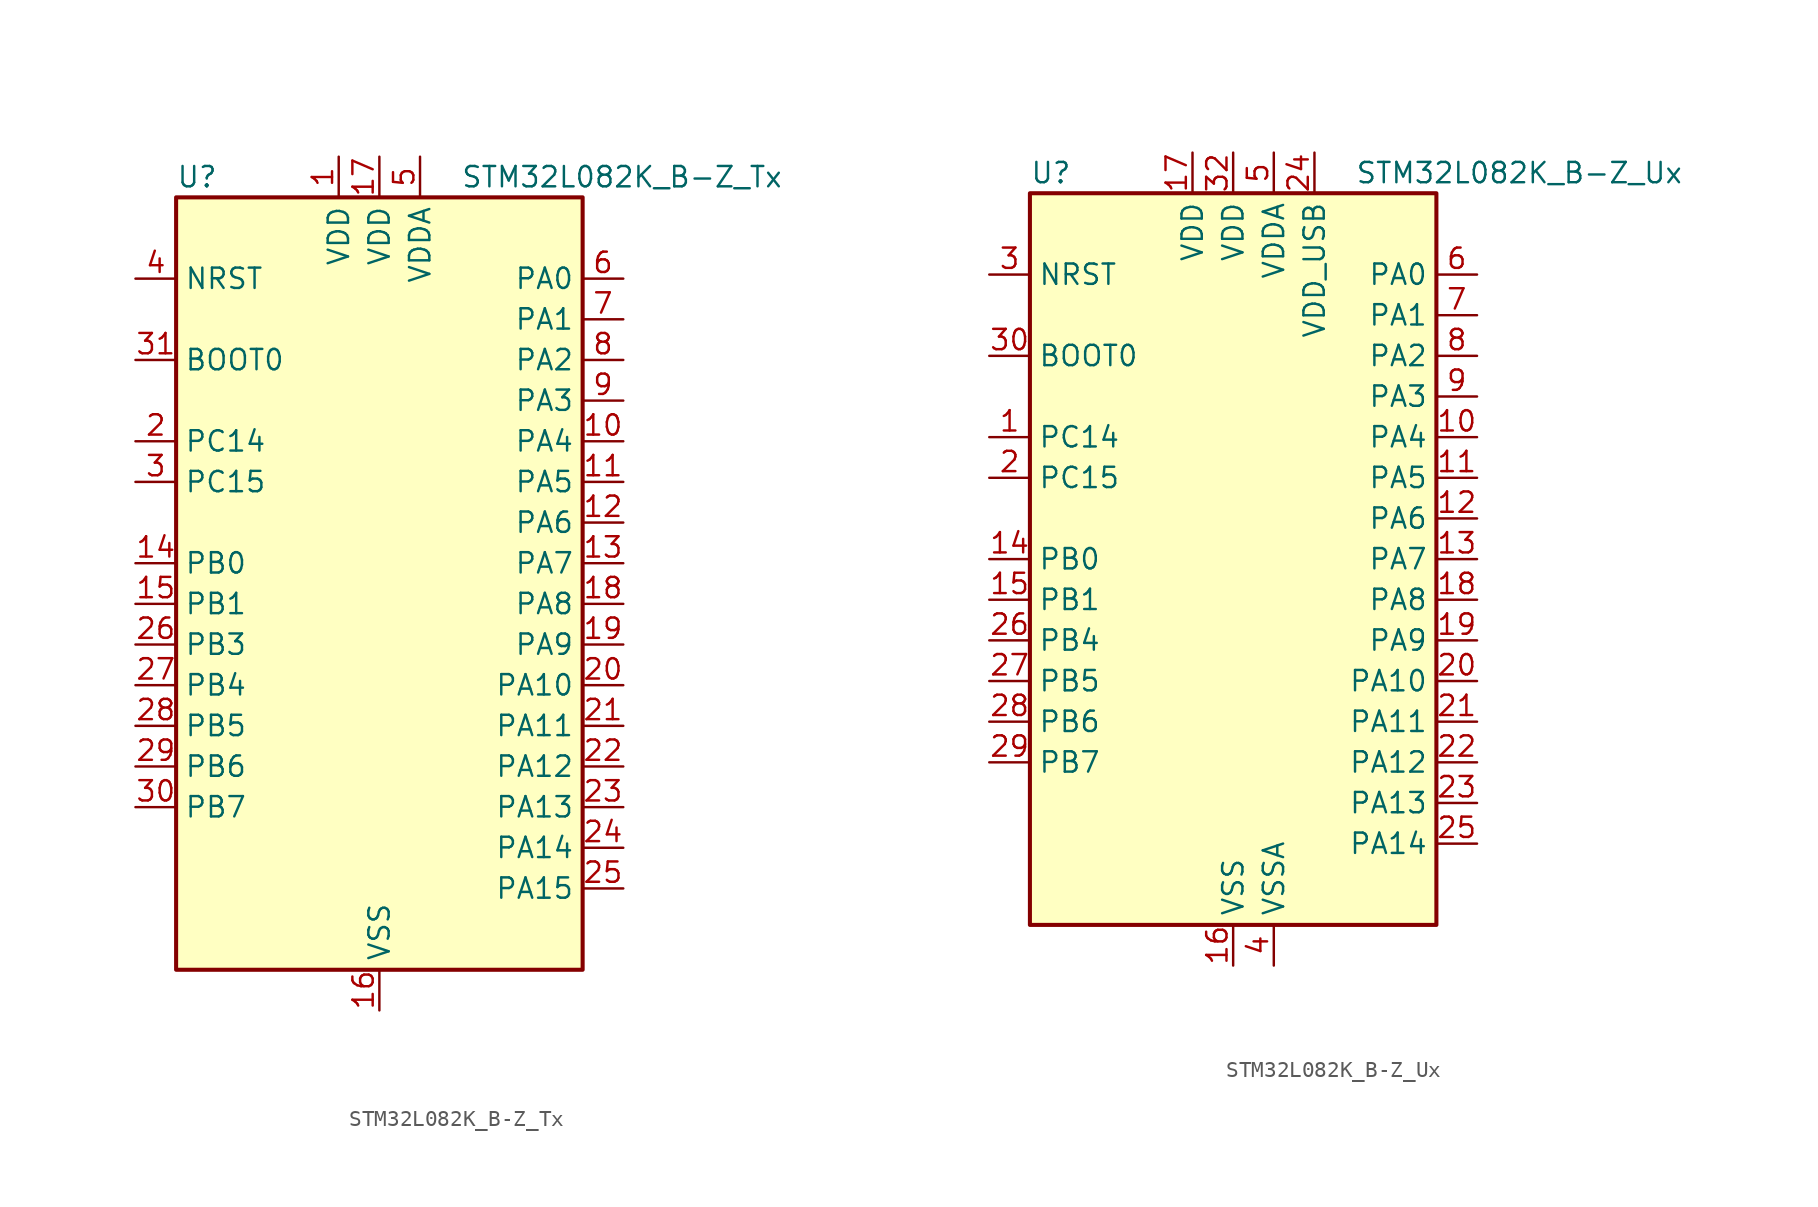
<source format=kicad_sym>
(kicad_symbol_lib
  (version 20241209)
  (generator "kicad_symbol_editor")
  (generator_version "9.0")
  (symbol "STM32L082K_B-Z_Tx"
    (property "Reference" "U"
      (at -12.7 26.67 0)
      (effects (font (size 1.27 1.27)) (justify left)))
    (property "Value" "STM32L082K_B-Z_Tx"
      (at 5.08 26.67 0)
      (effects (font (size 1.27 1.27)) (justify left)))
    (symbol "STM32L082K_B-Z_Tx_0_1"
      (rectangle (start -12.7 -22.86) (end 12.7 25.4) (stroke (width 0.254) (type default)) (fill (type background))))
    (symbol "STM32L082K_B-Z_Tx_1_1"
      (pin input line (at -15.24 20.32 0) (length 2.54) (name "NRST" (effects (font (size 1.27 1.27)))) (number "4" (effects (font (size 1.27 1.27)))))
      (pin input line (at -15.24 15.24 0) (length 2.54) (name "BOOT0" (effects (font (size 1.27 1.27)))) (number "31" (effects (font (size 1.27 1.27)))))
      (pin bidirectional line (at -15.24 10.16 0) (length 2.54) (name "PC14" (effects (font (size 1.27 1.27)))) (number "2" (effects (font (size 1.27 1.27)))) (alternate "RCC_OSC32_IN" bidirectional line))
      (pin bidirectional line (at -15.24 7.62 0) (length 2.54) (name "PC15" (effects (font (size 1.27 1.27)))) (number "3" (effects (font (size 1.27 1.27)))) (alternate "RCC_OSC32_OUT" bidirectional line))
      (pin bidirectional line (at -15.24 2.54 0) (length 2.54) (name "PB0" (effects (font (size 1.27 1.27)))) (number "14" (effects (font (size 1.27 1.27)))) (alternate "ADC_IN8" bidirectional line) (alternate "SYS_VREF_OUT_PB0" bidirectional line) (alternate "TIM3_CH3" bidirectional line) (alternate "TSC_G3_IO2" bidirectional line))
      (pin bidirectional line (at -15.24 0 0) (length 2.54) (name "PB1" (effects (font (size 1.27 1.27)))) (number "15" (effects (font (size 1.27 1.27)))) (alternate "ADC_IN9" bidirectional line) (alternate "LPUART1_DE" bidirectional line) (alternate "LPUART1_RTS" bidirectional line) (alternate "SYS_VREF_OUT_PB1" bidirectional line) (alternate "TIM3_CH4" bidirectional line) (alternate "TSC_G3_IO3" bidirectional line))
      (pin bidirectional line (at -15.24 -2.54 0) (length 2.54) (name "PB3" (effects (font (size 1.27 1.27)))) (number "26" (effects (font (size 1.27 1.27)))) (alternate "COMP2_INM" bidirectional line) (alternate "SPI1_SCK" bidirectional line) (alternate "TIM2_CH2" bidirectional line) (alternate "TSC_G5_IO1" bidirectional line) (alternate "USART1_DE" bidirectional line) (alternate "USART1_RTS" bidirectional line) (alternate "USART5_TX" bidirectional line))
      (pin bidirectional line (at -15.24 -5.08 0) (length 2.54) (name "PB4" (effects (font (size 1.27 1.27)))) (number "27" (effects (font (size 1.27 1.27)))) (alternate "COMP2_INP" bidirectional line) (alternate "I2C3_SDA" bidirectional line) (alternate "SPI1_MISO" bidirectional line) (alternate "TIM22_CH1" bidirectional line) (alternate "TIM3_CH1" bidirectional line) (alternate "TSC_G5_IO2" bidirectional line) (alternate "USART1_CTS" bidirectional line) (alternate "USART5_RX" bidirectional line))
      (pin bidirectional line (at -15.24 -7.62 0) (length 2.54) (name "PB5" (effects (font (size 1.27 1.27)))) (number "28" (effects (font (size 1.27 1.27)))) (alternate "COMP2_INP" bidirectional line) (alternate "I2C1_SMBA" bidirectional line) (alternate "LPTIM1_IN1" bidirectional line) (alternate "SPI1_MOSI" bidirectional line) (alternate "TIM22_CH2" bidirectional line) (alternate "TIM3_CH2" bidirectional line) (alternate "USART1_CK" bidirectional line) (alternate "USART5_CK" bidirectional line) (alternate "USART5_DE" bidirectional line) (alternate "USART5_RTS" bidirectional line))
      (pin bidirectional line (at -15.24 -10.16 0) (length 2.54) (name "PB6" (effects (font (size 1.27 1.27)))) (number "29" (effects (font (size 1.27 1.27)))) (alternate "COMP2_INP" bidirectional line) (alternate "I2C1_SCL" bidirectional line) (alternate "LPTIM1_ETR" bidirectional line) (alternate "TSC_G5_IO3" bidirectional line) (alternate "USART1_TX" bidirectional line))
      (pin bidirectional line (at -15.24 -12.7 0) (length 2.54) (name "PB7" (effects (font (size 1.27 1.27)))) (number "30" (effects (font (size 1.27 1.27)))) (alternate "COMP2_INP" bidirectional line) (alternate "I2C1_SDA" bidirectional line) (alternate "LPTIM1_IN2" bidirectional line) (alternate "SYS_PVD_IN" bidirectional line) (alternate "TSC_G5_IO4" bidirectional line) (alternate "USART1_RX" bidirectional line) (alternate "USART4_CTS" bidirectional line))
      (pin power_in line (at -2.54 27.94 270) (length 2.54) (name "VDD" (effects (font (size 1.27 1.27)))) (number "1" (effects (font (size 1.27 1.27)))))
      (pin power_in line (at 0 27.94 270) (length 2.54) (name "VDD" (effects (font (size 1.27 1.27)))) (number "17" (effects (font (size 1.27 1.27)))))
      (pin power_in line (at 0 -25.4 90) (length 2.54) (name "VSS" (effects (font (size 1.27 1.27)))) (number "16" (effects (font (size 1.27 1.27)))))
      (pin passive line (at 0 -25.4 90) (length 2.54) (hide yes) (name "VSS" (effects (font (size 1.27 1.27)))) (number "32" (effects (font (size 1.27 1.27)))))
      (pin power_in line (at 2.54 27.94 270) (length 2.54) (name "VDDA" (effects (font (size 1.27 1.27)))) (number "5" (effects (font (size 1.27 1.27)))))
      (pin bidirectional line (at 15.24 20.32 180) (length 2.54) (name "PA0" (effects (font (size 1.27 1.27)))) (number "6" (effects (font (size 1.27 1.27)))) (alternate "ADC_IN0" bidirectional line) (alternate "COMP1_INM" bidirectional line) (alternate "COMP1_OUT" bidirectional line) (alternate "RTC_TAMP2" bidirectional line) (alternate "SYS_WKUP1" bidirectional line) (alternate "TIM2_CH1" bidirectional line) (alternate "TIM2_ETR" bidirectional line) (alternate "TSC_G1_IO1" bidirectional line) (alternate "USART2_CTS" bidirectional line) (alternate "USART4_TX" bidirectional line))
      (pin bidirectional line (at 15.24 17.78 180) (length 2.54) (name "PA1" (effects (font (size 1.27 1.27)))) (number "7" (effects (font (size 1.27 1.27)))) (alternate "ADC_IN1" bidirectional line) (alternate "COMP1_INP" bidirectional line) (alternate "TIM21_ETR" bidirectional line) (alternate "TIM2_CH2" bidirectional line) (alternate "TSC_G1_IO2" bidirectional line) (alternate "USART2_DE" bidirectional line) (alternate "USART2_RTS" bidirectional line) (alternate "USART4_RX" bidirectional line))
      (pin bidirectional line (at 15.24 15.24 180) (length 2.54) (name "PA2" (effects (font (size 1.27 1.27)))) (number "8" (effects (font (size 1.27 1.27)))) (alternate "ADC_IN2" bidirectional line) (alternate "COMP2_INM" bidirectional line) (alternate "COMP2_OUT" bidirectional line) (alternate "LPUART1_TX" bidirectional line) (alternate "TIM21_CH1" bidirectional line) (alternate "TIM2_CH3" bidirectional line) (alternate "TSC_G1_IO3" bidirectional line) (alternate "USART2_TX" bidirectional line))
      (pin bidirectional line (at 15.24 12.7 180) (length 2.54) (name "PA3" (effects (font (size 1.27 1.27)))) (number "9" (effects (font (size 1.27 1.27)))) (alternate "ADC_IN3" bidirectional line) (alternate "COMP2_INP" bidirectional line) (alternate "LPUART1_RX" bidirectional line) (alternate "TIM21_CH2" bidirectional line) (alternate "TIM2_CH4" bidirectional line) (alternate "TSC_G1_IO4" bidirectional line) (alternate "USART2_RX" bidirectional line))
      (pin bidirectional line (at 15.24 10.16 180) (length 2.54) (name "PA4" (effects (font (size 1.27 1.27)))) (number "10" (effects (font (size 1.27 1.27)))) (alternate "ADC_IN4" bidirectional line) (alternate "COMP1_INM" bidirectional line) (alternate "COMP2_INM" bidirectional line) (alternate "DAC_OUT1" bidirectional line) (alternate "SPI1_NSS" bidirectional line) (alternate "TIM22_ETR" bidirectional line) (alternate "TSC_G2_IO1" bidirectional line) (alternate "USART2_CK" bidirectional line))
      (pin bidirectional line (at 15.24 7.62 180) (length 2.54) (name "PA5" (effects (font (size 1.27 1.27)))) (number "11" (effects (font (size 1.27 1.27)))) (alternate "ADC_IN5" bidirectional line) (alternate "COMP1_INM" bidirectional line) (alternate "COMP2_INM" bidirectional line) (alternate "DAC_OUT2" bidirectional line) (alternate "SPI1_SCK" bidirectional line) (alternate "TIM2_CH1" bidirectional line) (alternate "TIM2_ETR" bidirectional line) (alternate "TSC_G2_IO2" bidirectional line))
      (pin bidirectional line (at 15.24 5.08 180) (length 2.54) (name "PA6" (effects (font (size 1.27 1.27)))) (number "12" (effects (font (size 1.27 1.27)))) (alternate "ADC_IN6" bidirectional line) (alternate "COMP1_OUT" bidirectional line) (alternate "LPUART1_CTS" bidirectional line) (alternate "SPI1_MISO" bidirectional line) (alternate "TIM22_CH1" bidirectional line) (alternate "TIM3_CH1" bidirectional line) (alternate "TSC_G2_IO3" bidirectional line))
      (pin bidirectional line (at 15.24 2.54 180) (length 2.54) (name "PA7" (effects (font (size 1.27 1.27)))) (number "13" (effects (font (size 1.27 1.27)))) (alternate "ADC_IN7" bidirectional line) (alternate "COMP2_OUT" bidirectional line) (alternate "SPI1_MOSI" bidirectional line) (alternate "TIM22_CH2" bidirectional line) (alternate "TIM3_CH2" bidirectional line) (alternate "TSC_G2_IO4" bidirectional line))
      (pin bidirectional line (at 15.24 0 180) (length 2.54) (name "PA8" (effects (font (size 1.27 1.27)))) (number "18" (effects (font (size 1.27 1.27)))) (alternate "CRS_SYNC" bidirectional line) (alternate "I2C3_SCL" bidirectional line) (alternate "RCC_MCO" bidirectional line) (alternate "USART1_CK" bidirectional line))
      (pin bidirectional line (at 15.24 -2.54 180) (length 2.54) (name "PA9" (effects (font (size 1.27 1.27)))) (number "19" (effects (font (size 1.27 1.27)))) (alternate "DAC_EXTI9" bidirectional line) (alternate "I2C1_SCL" bidirectional line) (alternate "I2C3_SMBA" bidirectional line) (alternate "RCC_MCO" bidirectional line) (alternate "TSC_G4_IO1" bidirectional line) (alternate "USART1_TX" bidirectional line))
      (pin bidirectional line (at 15.24 -5.08 180) (length 2.54) (name "PA10" (effects (font (size 1.27 1.27)))) (number "20" (effects (font (size 1.27 1.27)))) (alternate "I2C1_SDA" bidirectional line) (alternate "TSC_G4_IO2" bidirectional line) (alternate "USART1_RX" bidirectional line))
      (pin bidirectional line (at 15.24 -7.62 180) (length 2.54) (name "PA11" (effects (font (size 1.27 1.27)))) (number "21" (effects (font (size 1.27 1.27)))) (alternate "ADC_EXTI11" bidirectional line) (alternate "COMP1_OUT" bidirectional line) (alternate "SPI1_MISO" bidirectional line) (alternate "TSC_G4_IO3" bidirectional line) (alternate "USART1_CTS" bidirectional line) (alternate "USB_DM" bidirectional line))
      (pin bidirectional line (at 15.24 -10.16 180) (length 2.54) (name "PA12" (effects (font (size 1.27 1.27)))) (number "22" (effects (font (size 1.27 1.27)))) (alternate "COMP2_OUT" bidirectional line) (alternate "SPI1_MOSI" bidirectional line) (alternate "TSC_G4_IO4" bidirectional line) (alternate "USART1_DE" bidirectional line) (alternate "USART1_RTS" bidirectional line) (alternate "USB_DP" bidirectional line))
      (pin bidirectional line (at 15.24 -12.7 180) (length 2.54) (name "PA13" (effects (font (size 1.27 1.27)))) (number "23" (effects (font (size 1.27 1.27)))) (alternate "LPUART1_RX" bidirectional line) (alternate "SYS_SWDIO" bidirectional line) (alternate "USB_NOE" bidirectional line))
      (pin bidirectional line (at 15.24 -15.24 180) (length 2.54) (name "PA14" (effects (font (size 1.27 1.27)))) (number "24" (effects (font (size 1.27 1.27)))) (alternate "LPUART1_TX" bidirectional line) (alternate "SYS_SWCLK" bidirectional line) (alternate "USART2_TX" bidirectional line))
      (pin bidirectional line (at 15.24 -17.78 180) (length 2.54) (name "PA15" (effects (font (size 1.27 1.27)))) (number "25" (effects (font (size 1.27 1.27)))) (alternate "SPI1_NSS" bidirectional line) (alternate "TIM2_CH1" bidirectional line) (alternate "TIM2_ETR" bidirectional line) (alternate "USART2_RX" bidirectional line) (alternate "USART4_DE" bidirectional line) (alternate "USART4_RTS" bidirectional line))))
  (symbol "STM32L082K_B-Z_Ux"
    (property "Reference" "U"
      (at -12.7 24.13 0)
      (effects (font (size 1.27 1.27)) (justify left)))
    (property "Value" "STM32L082K_B-Z_Ux"
      (at 7.62 24.13 0)
      (effects (font (size 1.27 1.27)) (justify left)))
    (symbol "STM32L082K_B-Z_Ux_0_1"
      (rectangle (start -12.7 -22.86) (end 12.7 22.86) (stroke (width 0.254) (type default)) (fill (type background))))
    (symbol "STM32L082K_B-Z_Ux_1_1"
      (pin input line (at -15.24 17.78 0) (length 2.54) (name "NRST" (effects (font (size 1.27 1.27)))) (number "3" (effects (font (size 1.27 1.27)))))
      (pin input line (at -15.24 12.7 0) (length 2.54) (name "BOOT0" (effects (font (size 1.27 1.27)))) (number "30" (effects (font (size 1.27 1.27)))))
      (pin bidirectional line (at -15.24 7.62 0) (length 2.54) (name "PC14" (effects (font (size 1.27 1.27)))) (number "1" (effects (font (size 1.27 1.27)))) (alternate "RCC_OSC32_IN" bidirectional line))
      (pin bidirectional line (at -15.24 5.08 0) (length 2.54) (name "PC15" (effects (font (size 1.27 1.27)))) (number "2" (effects (font (size 1.27 1.27)))) (alternate "RCC_OSC32_OUT" bidirectional line))
      (pin bidirectional line (at -15.24 0 0) (length 2.54) (name "PB0" (effects (font (size 1.27 1.27)))) (number "14" (effects (font (size 1.27 1.27)))) (alternate "ADC_IN8" bidirectional line) (alternate "SYS_VREF_OUT_PB0" bidirectional line) (alternate "TIM3_CH3" bidirectional line) (alternate "TSC_G3_IO2" bidirectional line))
      (pin bidirectional line (at -15.24 -2.54 0) (length 2.54) (name "PB1" (effects (font (size 1.27 1.27)))) (number "15" (effects (font (size 1.27 1.27)))) (alternate "ADC_IN9" bidirectional line) (alternate "LPUART1_DE" bidirectional line) (alternate "LPUART1_RTS" bidirectional line) (alternate "SYS_VREF_OUT_PB1" bidirectional line) (alternate "TIM3_CH4" bidirectional line) (alternate "TSC_G3_IO3" bidirectional line))
      (pin bidirectional line (at -15.24 -5.08 0) (length 2.54) (name "PB4" (effects (font (size 1.27 1.27)))) (number "26" (effects (font (size 1.27 1.27)))) (alternate "COMP2_INP" bidirectional line) (alternate "I2C3_SDA" bidirectional line) (alternate "SPI1_MISO" bidirectional line) (alternate "TIM22_CH1" bidirectional line) (alternate "TIM3_CH1" bidirectional line) (alternate "TSC_G5_IO2" bidirectional line) (alternate "USART1_CTS" bidirectional line))
      (pin bidirectional line (at -15.24 -7.62 0) (length 2.54) (name "PB5" (effects (font (size 1.27 1.27)))) (number "27" (effects (font (size 1.27 1.27)))) (alternate "COMP2_INP" bidirectional line) (alternate "I2C1_SMBA" bidirectional line) (alternate "LPTIM1_IN1" bidirectional line) (alternate "SPI1_MOSI" bidirectional line) (alternate "TIM22_CH2" bidirectional line) (alternate "TIM3_CH2" bidirectional line) (alternate "USART1_CK" bidirectional line))
      (pin bidirectional line (at -15.24 -10.16 0) (length 2.54) (name "PB6" (effects (font (size 1.27 1.27)))) (number "28" (effects (font (size 1.27 1.27)))) (alternate "COMP2_INP" bidirectional line) (alternate "I2C1_SCL" bidirectional line) (alternate "LPTIM1_ETR" bidirectional line) (alternate "TSC_G5_IO3" bidirectional line) (alternate "USART1_TX" bidirectional line))
      (pin bidirectional line (at -15.24 -12.7 0) (length 2.54) (name "PB7" (effects (font (size 1.27 1.27)))) (number "29" (effects (font (size 1.27 1.27)))) (alternate "COMP2_INP" bidirectional line) (alternate "I2C1_SDA" bidirectional line) (alternate "LPTIM1_IN2" bidirectional line) (alternate "SYS_PVD_IN" bidirectional line) (alternate "TSC_G5_IO4" bidirectional line) (alternate "USART1_RX" bidirectional line) (alternate "USART4_CTS" bidirectional line))
      (pin power_in line (at -2.54 25.4 270) (length 2.54) (name "VDD" (effects (font (size 1.27 1.27)))) (number "17" (effects (font (size 1.27 1.27)))))
      (pin power_in line (at 0 25.4 270) (length 2.54) (name "VDD" (effects (font (size 1.27 1.27)))) (number "32" (effects (font (size 1.27 1.27)))))
      (pin power_in line (at 0 -25.4 90) (length 2.54) (name "VSS" (effects (font (size 1.27 1.27)))) (number "16" (effects (font (size 1.27 1.27)))))
      (pin passive line (at 0 -25.4 90) (length 2.54) (hide yes) (name "VSS" (effects (font (size 1.27 1.27)))) (number "31" (effects (font (size 1.27 1.27)))))
      (pin passive line (at 0 -25.4 90) (length 2.54) (hide yes) (name "VSS" (effects (font (size 1.27 1.27)))) (number "33" (effects (font (size 1.27 1.27)))))
      (pin power_in line (at 2.54 25.4 270) (length 2.54) (name "VDDA" (effects (font (size 1.27 1.27)))) (number "5" (effects (font (size 1.27 1.27)))))
      (pin power_in line (at 2.54 -25.4 90) (length 2.54) (name "VSSA" (effects (font (size 1.27 1.27)))) (number "4" (effects (font (size 1.27 1.27)))))
      (pin power_in line (at 5.08 25.4 270) (length 2.54) (name "VDD_USB" (effects (font (size 1.27 1.27)))) (number "24" (effects (font (size 1.27 1.27)))))
      (pin bidirectional line (at 15.24 17.78 180) (length 2.54) (name "PA0" (effects (font (size 1.27 1.27)))) (number "6" (effects (font (size 1.27 1.27)))) (alternate "ADC_IN0" bidirectional line) (alternate "COMP1_INM" bidirectional line) (alternate "COMP1_OUT" bidirectional line) (alternate "RTC_TAMP2" bidirectional line) (alternate "SYS_WKUP1" bidirectional line) (alternate "TIM2_CH1" bidirectional line) (alternate "TIM2_ETR" bidirectional line) (alternate "TSC_G1_IO1" bidirectional line) (alternate "USART2_CTS" bidirectional line) (alternate "USART4_TX" bidirectional line))
      (pin bidirectional line (at 15.24 15.24 180) (length 2.54) (name "PA1" (effects (font (size 1.27 1.27)))) (number "7" (effects (font (size 1.27 1.27)))) (alternate "ADC_IN1" bidirectional line) (alternate "COMP1_INP" bidirectional line) (alternate "TIM21_ETR" bidirectional line) (alternate "TIM2_CH2" bidirectional line) (alternate "TSC_G1_IO2" bidirectional line) (alternate "USART2_DE" bidirectional line) (alternate "USART2_RTS" bidirectional line) (alternate "USART4_RX" bidirectional line))
      (pin bidirectional line (at 15.24 12.7 180) (length 2.54) (name "PA2" (effects (font (size 1.27 1.27)))) (number "8" (effects (font (size 1.27 1.27)))) (alternate "ADC_IN2" bidirectional line) (alternate "COMP2_INM" bidirectional line) (alternate "COMP2_OUT" bidirectional line) (alternate "LPUART1_TX" bidirectional line) (alternate "TIM21_CH1" bidirectional line) (alternate "TIM2_CH3" bidirectional line) (alternate "TSC_G1_IO3" bidirectional line) (alternate "USART2_TX" bidirectional line))
      (pin bidirectional line (at 15.24 10.16 180) (length 2.54) (name "PA3" (effects (font (size 1.27 1.27)))) (number "9" (effects (font (size 1.27 1.27)))) (alternate "ADC_IN3" bidirectional line) (alternate "COMP2_INP" bidirectional line) (alternate "LPUART1_RX" bidirectional line) (alternate "TIM21_CH2" bidirectional line) (alternate "TIM2_CH4" bidirectional line) (alternate "TSC_G1_IO4" bidirectional line) (alternate "USART2_RX" bidirectional line))
      (pin bidirectional line (at 15.24 7.62 180) (length 2.54) (name "PA4" (effects (font (size 1.27 1.27)))) (number "10" (effects (font (size 1.27 1.27)))) (alternate "ADC_IN4" bidirectional line) (alternate "COMP1_INM" bidirectional line) (alternate "COMP2_INM" bidirectional line) (alternate "DAC_OUT1" bidirectional line) (alternate "SPI1_NSS" bidirectional line) (alternate "TIM22_ETR" bidirectional line) (alternate "TSC_G2_IO1" bidirectional line) (alternate "USART2_CK" bidirectional line))
      (pin bidirectional line (at 15.24 5.08 180) (length 2.54) (name "PA5" (effects (font (size 1.27 1.27)))) (number "11" (effects (font (size 1.27 1.27)))) (alternate "ADC_IN5" bidirectional line) (alternate "COMP1_INM" bidirectional line) (alternate "COMP2_INM" bidirectional line) (alternate "DAC_OUT2" bidirectional line) (alternate "SPI1_SCK" bidirectional line) (alternate "TIM2_CH1" bidirectional line) (alternate "TIM2_ETR" bidirectional line) (alternate "TSC_G2_IO2" bidirectional line))
      (pin bidirectional line (at 15.24 2.54 180) (length 2.54) (name "PA6" (effects (font (size 1.27 1.27)))) (number "12" (effects (font (size 1.27 1.27)))) (alternate "ADC_IN6" bidirectional line) (alternate "COMP1_OUT" bidirectional line) (alternate "LPUART1_CTS" bidirectional line) (alternate "SPI1_MISO" bidirectional line) (alternate "TIM22_CH1" bidirectional line) (alternate "TIM3_CH1" bidirectional line) (alternate "TSC_G2_IO3" bidirectional line))
      (pin bidirectional line (at 15.24 0 180) (length 2.54) (name "PA7" (effects (font (size 1.27 1.27)))) (number "13" (effects (font (size 1.27 1.27)))) (alternate "ADC_IN7" bidirectional line) (alternate "COMP2_OUT" bidirectional line) (alternate "SPI1_MOSI" bidirectional line) (alternate "TIM22_CH2" bidirectional line) (alternate "TIM3_CH2" bidirectional line) (alternate "TSC_G2_IO4" bidirectional line))
      (pin bidirectional line (at 15.24 -2.54 180) (length 2.54) (name "PA8" (effects (font (size 1.27 1.27)))) (number "18" (effects (font (size 1.27 1.27)))) (alternate "CRS_SYNC" bidirectional line) (alternate "I2C3_SCL" bidirectional line) (alternate "RCC_MCO" bidirectional line) (alternate "USART1_CK" bidirectional line))
      (pin bidirectional line (at 15.24 -5.08 180) (length 2.54) (name "PA9" (effects (font (size 1.27 1.27)))) (number "19" (effects (font (size 1.27 1.27)))) (alternate "DAC_EXTI9" bidirectional line) (alternate "I2C1_SCL" bidirectional line) (alternate "I2C3_SMBA" bidirectional line) (alternate "RCC_MCO" bidirectional line) (alternate "TSC_G4_IO1" bidirectional line) (alternate "USART1_TX" bidirectional line))
      (pin bidirectional line (at 15.24 -7.62 180) (length 2.54) (name "PA10" (effects (font (size 1.27 1.27)))) (number "20" (effects (font (size 1.27 1.27)))) (alternate "I2C1_SDA" bidirectional line) (alternate "TSC_G4_IO2" bidirectional line) (alternate "USART1_RX" bidirectional line))
      (pin bidirectional line (at 15.24 -10.16 180) (length 2.54) (name "PA11" (effects (font (size 1.27 1.27)))) (number "21" (effects (font (size 1.27 1.27)))) (alternate "ADC_EXTI11" bidirectional line) (alternate "COMP1_OUT" bidirectional line) (alternate "SPI1_MISO" bidirectional line) (alternate "TSC_G4_IO3" bidirectional line) (alternate "USART1_CTS" bidirectional line) (alternate "USB_DM" bidirectional line))
      (pin bidirectional line (at 15.24 -12.7 180) (length 2.54) (name "PA12" (effects (font (size 1.27 1.27)))) (number "22" (effects (font (size 1.27 1.27)))) (alternate "COMP2_OUT" bidirectional line) (alternate "SPI1_MOSI" bidirectional line) (alternate "TSC_G4_IO4" bidirectional line) (alternate "USART1_DE" bidirectional line) (alternate "USART1_RTS" bidirectional line) (alternate "USB_DP" bidirectional line))
      (pin bidirectional line (at 15.24 -15.24 180) (length 2.54) (name "PA13" (effects (font (size 1.27 1.27)))) (number "23" (effects (font (size 1.27 1.27)))) (alternate "LPUART1_RX" bidirectional line) (alternate "SYS_SWDIO" bidirectional line) (alternate "USB_NOE" bidirectional line))
      (pin bidirectional line (at 15.24 -17.78 180) (length 2.54) (name "PA14" (effects (font (size 1.27 1.27)))) (number "25" (effects (font (size 1.27 1.27)))) (alternate "LPUART1_TX" bidirectional line) (alternate "SYS_SWCLK" bidirectional line) (alternate "USART2_TX" bidirectional line)))))
</source>
